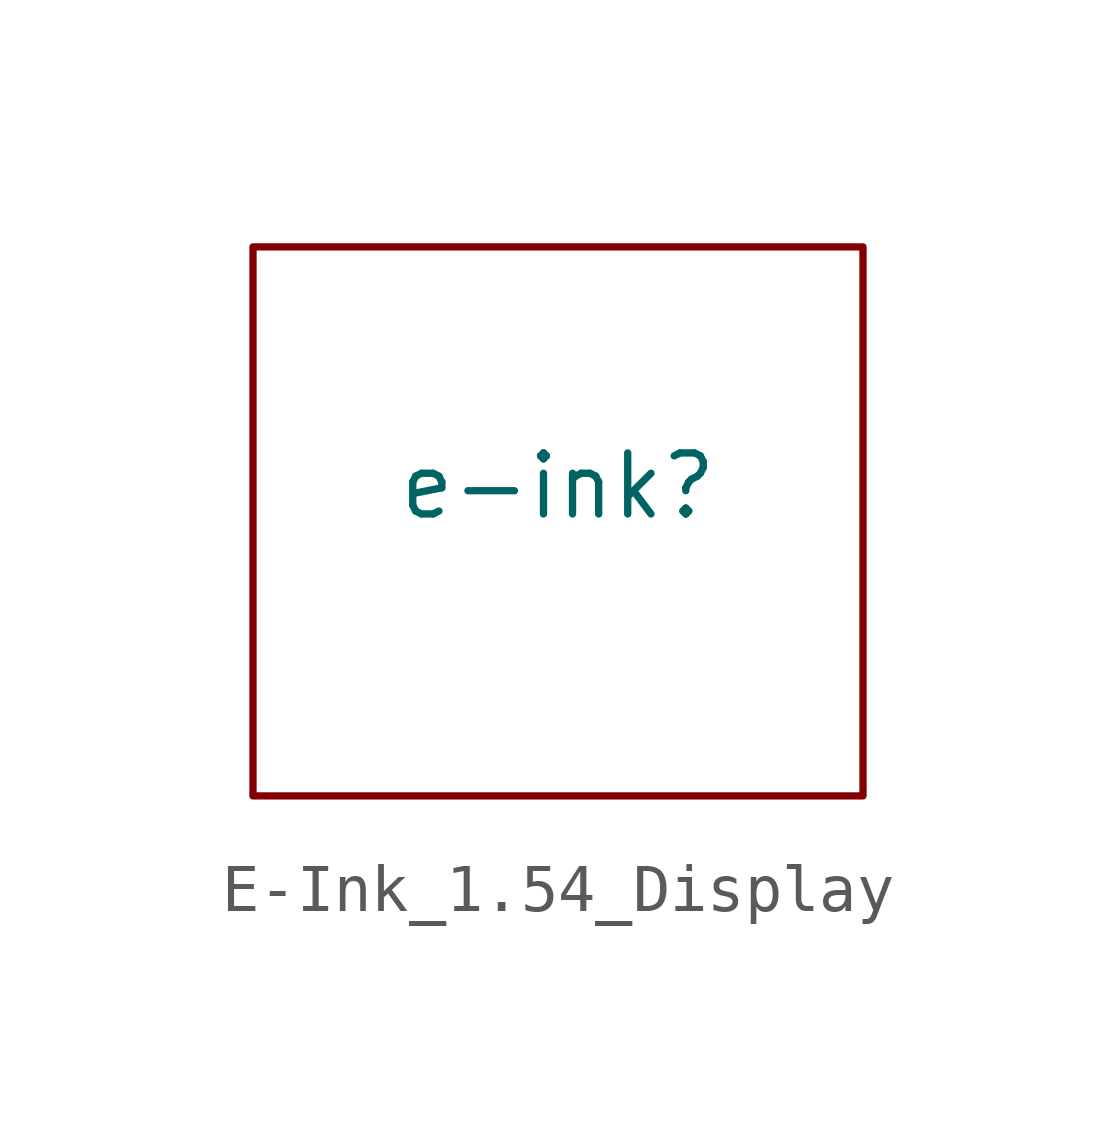
<source format=kicad_sym>
(kicad_symbol_lib
  (version 20241209)
  (generator "kicad_symbol_editor")
  (generator_version "9.0")
  (symbol "E-Ink_1.54_Display"
    (property "Reference" "e-ink"
      (at 0 0.1 0)
      (effects (font (size 1.27 1.27))))
    (property "Value" ""
      (at 0 0 0)
      (effects (font (size 1.27 1.27))))
    (symbol "E-Ink_1.54_Display_0_1"
      (rectangle (start -6.35 5.08) (end 6.35 -6.35) (stroke (width 0) (type default)) (fill (type none))))))
</source>
